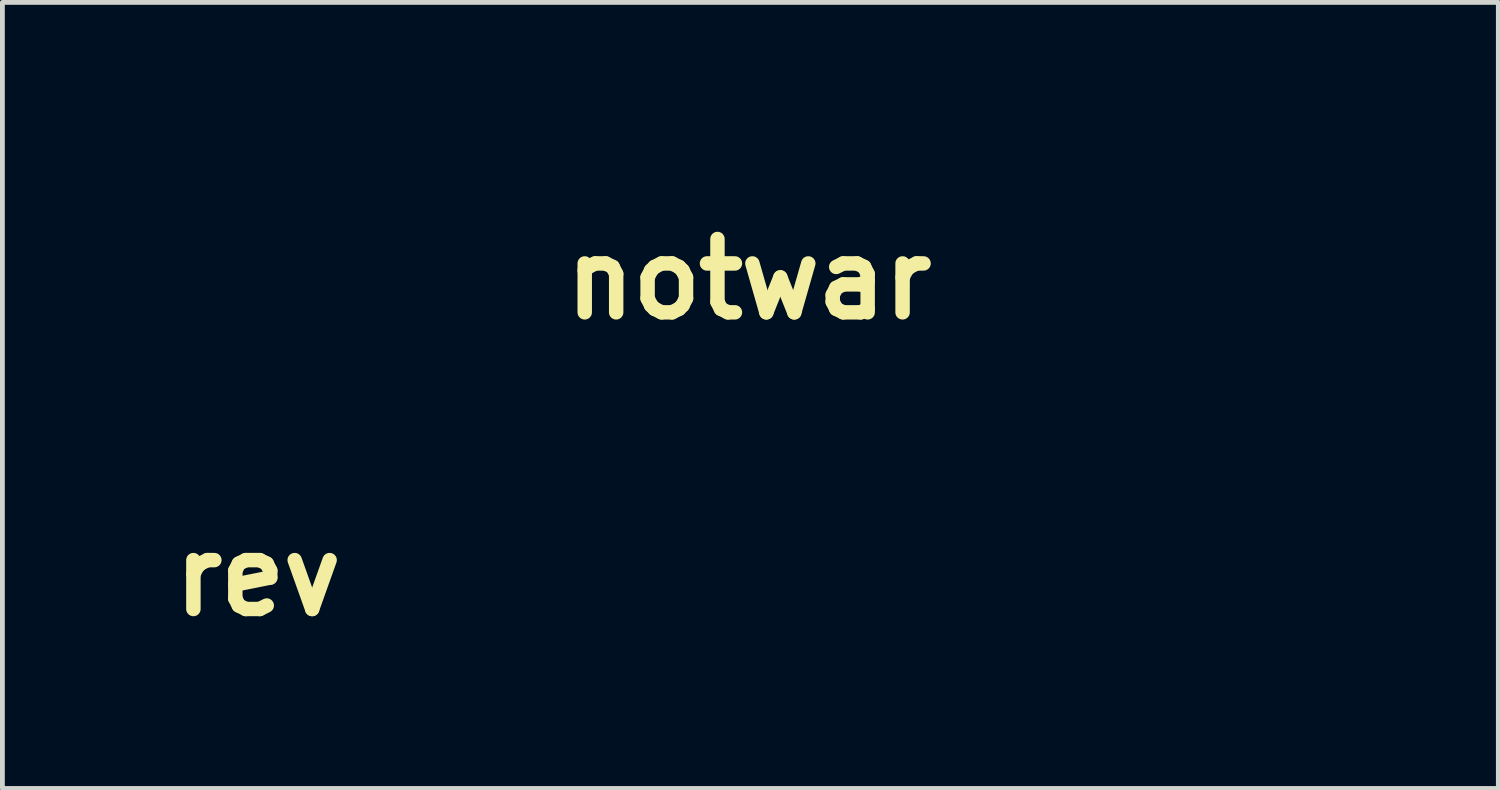
<source format=kicad_pcb>
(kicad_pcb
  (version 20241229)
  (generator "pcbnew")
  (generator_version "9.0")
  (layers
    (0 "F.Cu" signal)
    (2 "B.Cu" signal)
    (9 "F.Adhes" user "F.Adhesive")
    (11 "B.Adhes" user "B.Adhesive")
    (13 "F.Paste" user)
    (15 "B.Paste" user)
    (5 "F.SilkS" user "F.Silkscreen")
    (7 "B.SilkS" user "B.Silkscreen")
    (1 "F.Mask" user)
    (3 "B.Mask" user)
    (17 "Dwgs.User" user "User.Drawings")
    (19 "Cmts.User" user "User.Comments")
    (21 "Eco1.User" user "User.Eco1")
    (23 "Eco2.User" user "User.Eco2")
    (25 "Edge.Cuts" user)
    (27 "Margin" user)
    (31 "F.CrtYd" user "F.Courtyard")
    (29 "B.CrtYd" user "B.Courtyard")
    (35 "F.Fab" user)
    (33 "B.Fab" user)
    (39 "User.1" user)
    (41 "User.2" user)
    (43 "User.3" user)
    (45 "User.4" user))
  (footprint "rev"
    (layer "F.Cu")
    (at 2.311 8.914)
    (property "Reference" "rev" (at 0 0 0) (layer "F.SilkS") (effects (font (size 1.524 1.524) (thickness 0.3))))
    (attr through_hole)
    (fp_poly (pts (xy 2.176 -0.079) (xy 2.271 -0.069) (xy 2.318 -0.051) (xy 2.328 -0.028) (xy 2.303 -0.003) (xy 2.241 0.015) (xy 2.159 0.025) (xy 2.077 0.025) (xy 2.013 0.015) (xy 1.989 -0.001) (xy 1.984 -0.045) (xy 2.03 -0.072) (xy 2.125 -0.081) (xy 2.176 -0.079)) (stroke (width 0.01) (type solid)) (fill no) (layer "Eco2.User"))
    (fp_poly (pts (xy -2.114 -0.079) (xy -2.02 -0.07) (xy -1.971 -0.051) (xy -1.953 -0.021) (xy -1.955 0.006) (xy -1.982 0.021) (xy -2.047 0.027) (xy -2.113 0.028) (xy -2.206 0.023) (xy -2.275 0.011) (xy -2.302 -0.002) (xy -2.306 -0.045) (xy -2.259 -0.072) (xy -2.165 -0.081) (xy -2.114 -0.079)) (stroke (width 0.01) (type solid)) (fill no) (layer "Eco2.User"))
    (fp_poly (pts (xy -0.947 -0.181) (xy -0.935 -0.145) (xy -0.961 -0.108) (xy -1.009 -0.09) (xy -1.093 -0.051) (xy -1.152 0.034) (xy -1.182 0.16) (xy -1.185 0.23) (xy -1.19 0.331) (xy -1.204 0.383) (xy -1.223 0.395) (xy -1.271 0.383) (xy -1.279 0.376) (xy -1.294 0.331) (xy -1.299 0.25) (xy -1.294 0.15) (xy -1.281 0.052) (xy -1.261 -0.027) (xy -1.255 -0.041) (xy -1.18 -0.136) (xy -1.073 -0.189) (xy -0.998 -0.198) (xy -0.947 -0.181)) (stroke (width 0.01) (type solid)) (fill no) (layer "Eco2.User"))
    (fp_poly (pts (xy 0.443 -0.178) (xy 0.452 -0.155) (xy 0.439 -0.106) (xy 0.406 -0.026) (xy 0.36 0.072) (xy 0.306 0.175) (xy 0.252 0.271) (xy 0.205 0.347) (xy 0.171 0.39) (xy 0.161 0.395) (xy 0.135 0.371) (xy 0.091 0.307) (xy 0.037 0.213) (xy -0.008 0.127) (xy -0.063 0.014) (xy -0.107 -0.082) (xy -0.134 -0.147) (xy -0.141 -0.17) (xy -0.118 -0.193) (xy -0.091 -0.198) (xy -0.049 -0.173) (xy 0.005 -0.098) (xy 0.058 0.002) (xy 0.157 0.201) (xy 0.253 0.002) (xy 0.315 -0.114) (xy 0.364 -0.179) (xy 0.401 -0.198) (xy 0.443 -0.178)) (stroke (width 0.01) (type solid)) (fill no) (layer "Eco2.User"))
    (fp_poly (pts (xy -0.422 -0.184) (xy -0.341 -0.15) (xy -0.291 -0.103) (xy -0.282 -0.074) (xy -0.303 -0.029) (xy -0.355 0.03) (xy -0.421 0.089) (xy -0.483 0.13) (xy -0.516 0.141) (xy -0.557 0.124) (xy -0.558 0.081) (xy -0.519 0.024) (xy -0.508 0.014) (xy -0.46 -0.041) (xy -0.462 -0.074) (xy -0.517 -0.085) (xy -0.518 -0.085) (xy -0.599 -0.061) (xy -0.653 0.002) (xy -0.676 0.087) (xy -0.658 0.18) (xy -0.65 0.196) (xy -0.592 0.251) (xy -0.509 0.269) (xy -0.422 0.249) (xy -0.403 0.239) (xy -0.338 0.213) (xy -0.295 0.228) (xy -0.286 0.276) (xy -0.292 0.295) (xy -0.341 0.351) (xy -0.425 0.383) (xy -0.526 0.388) (xy -0.628 0.364) (xy -0.655 0.351) (xy -0.736 0.289) (xy -0.778 0.203) (xy -0.79 0.084) (xy -0.766 -0.036) (xy -0.698 -0.13) (xy -0.598 -0.186) (xy -0.516 -0.198) (xy -0.422 -0.184)) (stroke (width 0.01) (type solid)) (fill no) (layer "Eco2.User"))
    (fp_poly (pts (xy 1.347 -0.423) (xy 1.429 -0.355) (xy 1.48 -0.25) (xy 1.486 -0.219) (xy 1.487 -0.124) (xy 1.452 -0.039) (xy 1.375 0.043) (xy 1.254 0.129) (xy 1.175 0.183) (xy 1.12 0.229) (xy 1.101 0.254) (xy 1.126 0.268) (xy 1.194 0.28) (xy 1.289 0.288) (xy 1.291 0.288) (xy 1.398 0.296) (xy 1.457 0.309) (xy 1.48 0.33) (xy 1.482 0.339) (xy 1.471 0.36) (xy 1.433 0.374) (xy 1.357 0.383) (xy 1.236 0.389) (xy 1.221 0.389) (xy 0.96 0.397) (xy 0.96 0.318) (xy 0.976 0.231) (xy 1.028 0.15) (xy 1.125 0.066) (xy 1.199 0.016) (xy 1.307 -0.065) (xy 1.364 -0.138) (xy 1.372 -0.208) (xy 1.356 -0.251) (xy 1.3 -0.308) (xy 1.225 -0.324) (xy 1.149 -0.305) (xy 1.09 -0.252) (xy 1.067 -0.191) (xy 1.044 -0.138) (xy 1.008 -0.13) (xy 0.975 -0.165) (xy 0.965 -0.205) (xy 0.975 -0.279) (xy 1.028 -0.355) (xy 1.04 -0.367) (xy 1.14 -0.434) (xy 1.246 -0.451) (xy 1.347 -0.423)) (stroke (width 0.01) (type solid)) (fill no) (layer "Eco2.User")))
  (footprint "notwar"
    (layer "F.Cu")
    (at 12.51 2.75)
    (property "Reference" "notwar" (at 0 0 0) (layer "F.SilkS") (effects (font (size 1.524 1.524) (thickness 0.3))))
    (attr through_hole)
    (fp_poly (pts (xy 12.374 -1.351) (xy 12.432 -1.304) (xy 12.534 -1.17) (xy 12.566 -1.063) (xy 12.507 -0.923) (xy 12.356 -0.806) (xy 12.156 -0.741) (xy 12.081 -0.735) (xy 11.88 -0.676) (xy 11.636 -0.496) (xy 11.611 -0.473) (xy 11.33 -0.21) (xy 11.309 0.68) (xy 11.298 1.056) (xy 11.282 1.32) (xy 11.258 1.494) (xy 11.225 1.598) (xy 11.179 1.654) (xy 10.994 1.733) (xy 10.822 1.695) (xy 10.775 1.658) (xy 10.737 1.555) (xy 10.711 1.331) (xy 10.697 0.983) (xy 10.695 0.666) (xy 10.697 0.289) (xy 10.705 0.018) (xy 10.724 -0.177) (xy 10.756 -0.325) (xy 10.806 -0.454) (xy 10.85 -0.541) (xy 11.102 -0.882) (xy 11.447 -1.15) (xy 11.855 -1.324) (xy 11.93 -1.342) (xy 12.147 -1.385) (xy 12.281 -1.389) (xy 12.374 -1.351)) (stroke (width 0.01) (type solid)) (fill yes) (layer "F.Mask"))
    (fp_poly (pts (xy -3.247 -2.253) (xy -3.138 -2.088) (xy -3.081 -1.82) (xy -3.075 -1.667) (xy -3.067 -1.497) (xy -3.022 -1.423) (xy -2.906 -1.404) (xy -2.849 -1.404) (xy -2.626 -1.361) (xy -2.505 -1.231) (xy -2.485 -1.023) (xy -2.513 -0.903) (xy -2.588 -0.844) (xy -2.749 -0.818) (xy -2.791 -0.815) (xy -3.075 -0.794) (xy -3.075 0.323) (xy -3.077 0.757) (xy -3.085 1.078) (xy -3.1 1.305) (xy -3.125 1.458) (xy -3.159 1.557) (xy -3.179 1.589) (xy -3.332 1.716) (xy -3.507 1.718) (xy -3.638 1.633) (xy -3.677 1.574) (xy -3.706 1.473) (xy -3.725 1.312) (xy -3.736 1.072) (xy -3.742 0.733) (xy -3.743 0.363) (xy -3.743 -0.802) (xy -3.997 -0.802) (xy -4.244 -0.839) (xy -4.382 -0.951) (xy -4.412 -1.078) (xy -4.351 -1.246) (xy -4.192 -1.362) (xy -3.972 -1.404) (xy -3.743 -1.404) (xy -3.743 -1.77) (xy -3.734 -1.994) (xy -3.697 -2.128) (xy -3.618 -2.216) (xy -3.585 -2.239) (xy -3.399 -2.307) (xy -3.247 -2.253)) (stroke (width 0.01) (type solid)) (fill yes) (layer "F.Mask"))
    (fp_poly (pts (xy -6.11 -1.313) (xy -5.751 -1.146) (xy -5.452 -0.897) (xy -5.223 -0.584) (xy -5.076 -0.223) (xy -5.025 0.169) (xy -5.08 0.576) (xy -5.253 0.981) (xy -5.28 1.025) (xy -5.546 1.328) (xy -5.891 1.553) (xy -6.285 1.69) (xy -6.693 1.728) (xy -7.082 1.654) (xy -7.095 1.649) (xy -7.496 1.433) (xy -7.808 1.129) (xy -8.02 0.755) (xy -8.122 0.333) (xy -8.114 0.129) (xy -7.472 0.129) (xy -7.467 0.252) (xy -7.43 0.506) (xy -7.346 0.689) (xy -7.249 0.805) (xy -7.011 0.99) (xy -6.748 1.093) (xy -6.517 1.099) (xy -6.366 1.075) (xy -6.302 1.07) (xy -6.207 1.029) (xy -6.059 0.924) (xy -5.986 0.863) (xy -5.764 0.59) (xy -5.66 0.282) (xy -5.675 -0.036) (xy -5.809 -0.338) (xy -5.947 -0.499) (xy -6.209 -0.664) (xy -6.521 -0.732) (xy -6.84 -0.7) (xy -7.084 -0.589) (xy -7.313 -0.391) (xy -7.437 -0.165) (xy -7.472 0.129) (xy -8.114 0.129) (xy -8.104 -0.119) (xy -8.083 -0.222) (xy -7.937 -0.569) (xy -7.691 -0.889) (xy -7.376 -1.149) (xy -7.027 -1.316) (xy -6.958 -1.335) (xy -6.516 -1.382) (xy -6.11 -1.313)) (stroke (width 0.01) (type solid)) (fill yes) (layer "F.Mask"))
    (fp_poly (pts (xy 8.966 -1.299) (xy 9.354 -1.097) (xy 9.683 -0.782) (xy 9.771 -0.662) (xy 9.878 -0.477) (xy 9.951 -0.274) (xy 9.997 -0.029) (xy 10.018 0.287) (xy 10.018 0.699) (xy 10.013 0.895) (xy 10 1.234) (xy 9.98 1.462) (xy 9.949 1.602) (xy 9.904 1.677) (xy 9.886 1.69) (xy 9.744 1.728) (xy 9.585 1.705) (xy 9.461 1.637) (xy 9.425 1.562) (xy 9.39 1.49) (xy 9.308 1.506) (xy 8.886 1.66) (xy 8.531 1.729) (xy 8.21 1.716) (xy 7.944 1.645) (xy 7.549 1.438) (xy 7.24 1.14) (xy 7.026 0.772) (xy 6.92 0.354) (xy 6.922 0.252) (xy 7.572 0.252) (xy 7.61 0.507) (xy 7.695 0.691) (xy 7.79 0.805) (xy 8.028 0.99) (xy 8.292 1.093) (xy 8.522 1.099) (xy 8.673 1.075) (xy 8.737 1.07) (xy 8.833 1.029) (xy 8.981 0.924) (xy 9.054 0.863) (xy 9.271 0.598) (xy 9.375 0.305) (xy 9.376 0.007) (xy 9.279 -0.269) (xy 9.094 -0.5) (xy 8.827 -0.66) (xy 8.57 -0.719) (xy 8.204 -0.699) (xy 7.91 -0.572) (xy 7.699 -0.35) (xy 7.585 -0.045) (xy 7.572 0.252) (xy 6.922 0.252) (xy 6.931 -0.094) (xy 6.957 -0.222) (xy 7.102 -0.569) (xy 7.348 -0.889) (xy 7.663 -1.149) (xy 8.013 -1.316) (xy 8.082 -1.335) (xy 8.536 -1.381) (xy 8.966 -1.299)) (stroke (width 0.01) (type solid)) (fill yes) (layer "F.Mask"))
    (fp_poly (pts (xy -12.188 -2.73) (xy -12.079 -2.664) (xy -11.938 -2.539) (xy -11.755 -2.346) (xy -11.52 -2.077) (xy -11.225 -1.722) (xy -10.859 -1.272) (xy -10.762 -1.153) (xy -10.44 -0.757) (xy -10.144 -0.396) (xy -9.884 -0.082) (xy -9.671 0.172) (xy -9.517 0.352) (xy -9.43 0.446) (xy -9.418 0.457) (xy -9.4 0.4) (xy -9.384 0.225) (xy -9.372 -0.05) (xy -9.363 -0.409) (xy -9.358 -0.837) (xy -9.358 -1.051) (xy -9.357 -1.569) (xy -9.352 -1.969) (xy -9.34 -2.267) (xy -9.318 -2.476) (xy -9.285 -2.613) (xy -9.236 -2.692) (xy -9.17 -2.729) (xy -9.084 -2.74) (xy -9.057 -2.741) (xy -8.975 -2.737) (xy -8.91 -2.716) (xy -8.859 -2.664) (xy -8.821 -2.569) (xy -8.793 -2.417) (xy -8.775 -2.194) (xy -8.764 -1.888) (xy -8.759 -1.484) (xy -8.757 -0.969) (xy -8.756 -0.526) (xy -8.757 0.169) (xy -8.762 0.734) (xy -8.781 1.17) (xy -8.82 1.482) (xy -8.888 1.671) (xy -8.99 1.741) (xy -9.136 1.694) (xy -9.333 1.533) (xy -9.587 1.262) (xy -9.907 0.882) (xy -10.3 0.398) (xy -10.509 0.138) (xy -10.83 -0.259) (xy -11.125 -0.62) (xy -11.384 -0.933) (xy -11.596 -1.185) (xy -11.749 -1.364) (xy -11.835 -1.456) (xy -11.848 -1.466) (xy -11.862 -1.404) (xy -11.875 -1.226) (xy -11.885 -0.952) (xy -11.893 -0.6) (xy -11.897 -0.189) (xy -11.898 0.064) (xy -11.898 0.557) (xy -11.901 0.933) (xy -11.907 1.208) (xy -11.918 1.401) (xy -11.935 1.526) (xy -11.959 1.603) (xy -11.993 1.646) (xy -12.027 1.669) (xy -12.235 1.734) (xy -12.395 1.679) (xy -12.419 1.658) (xy -12.443 1.568) (xy -12.463 1.366) (xy -12.479 1.069) (xy -12.491 0.699) (xy -12.5 0.275) (xy -12.504 -0.182) (xy -12.505 -0.653) (xy -12.502 -1.117) (xy -12.495 -1.555) (xy -12.484 -1.947) (xy -12.469 -2.272) (xy -12.451 -2.511) (xy -12.428 -2.643) (xy -12.419 -2.66) (xy -12.349 -2.719) (xy -12.275 -2.745) (xy -12.188 -2.73)) (stroke (width 0.01) (type solid)) (fill yes) (layer "F.Mask"))
    (fp_poly (pts (xy 6.173 -2.66) (xy 6.224 -2.583) (xy 6.238 -2.525) (xy 6.233 -2.437) (xy 6.205 -2.309) (xy 6.148 -2.125) (xy 6.058 -1.875) (xy 5.932 -1.543) (xy 5.764 -1.118) (xy 5.55 -0.585) (xy 5.487 -0.43) (xy 5.287 0.059) (xy 5.099 0.511) (xy 4.931 0.909) (xy 4.787 1.239) (xy 4.676 1.484) (xy 4.605 1.629) (xy 4.584 1.661) (xy 4.438 1.724) (xy 4.333 1.716) (xy 4.26 1.675) (xy 4.172 1.575) (xy 4.061 1.403) (xy 3.917 1.142) (xy 3.731 0.779) (xy 3.678 0.671) (xy 3.511 0.339) (xy 3.363 0.053) (xy 3.245 -0.167) (xy 3.167 -0.301) (xy 3.141 -0.334) (xy 3.101 -0.277) (xy 3.013 -0.121) (xy 2.888 0.116) (xy 2.738 0.412) (xy 2.638 0.611) (xy 2.473 0.942) (xy 2.321 1.234) (xy 2.196 1.465) (xy 2.11 1.611) (xy 2.084 1.647) (xy 1.932 1.729) (xy 1.767 1.714) (xy 1.685 1.654) (xy 1.644 1.574) (xy 1.559 1.385) (xy 1.438 1.103) (xy 1.286 0.743) (xy 1.111 0.321) (xy 0.918 -0.148) (xy 0.803 -0.431) (xy 0.575 -0.995) (xy 0.395 -1.45) (xy 0.257 -1.806) (xy 0.158 -2.078) (xy 0.093 -2.279) (xy 0.057 -2.421) (xy 0.047 -2.517) (xy 0.058 -2.579) (xy 0.061 -2.587) (xy 0.178 -2.71) (xy 0.343 -2.736) (xy 0.507 -2.663) (xy 0.547 -2.624) (xy 0.598 -2.531) (xy 0.691 -2.332) (xy 0.817 -2.046) (xy 0.968 -1.69) (xy 1.136 -1.284) (xy 1.27 -0.953) (xy 1.442 -0.528) (xy 1.599 -0.147) (xy 1.734 0.172) (xy 1.84 0.414) (xy 1.91 0.562) (xy 1.934 0.602) (xy 1.976 0.545) (xy 2.065 0.388) (xy 2.192 0.151) (xy 2.346 -0.146) (xy 2.458 -0.37) (xy 2.629 -0.701) (xy 2.786 -0.989) (xy 2.919 -1.212) (xy 3.015 -1.35) (xy 3.051 -1.383) (xy 3.144 -1.4) (xy 3.235 -1.366) (xy 3.336 -1.268) (xy 3.459 -1.091) (xy 3.613 -0.823) (xy 3.811 -0.45) (xy 3.843 -0.386) (xy 4.008 -0.068) (xy 4.153 0.207) (xy 4.266 0.417) (xy 4.336 0.541) (xy 4.352 0.565) (xy 4.387 0.517) (xy 4.464 0.361) (xy 4.576 0.113) (xy 4.716 -0.211) (xy 4.876 -0.594) (xy 5.009 -0.918) (xy 5.185 -1.348) (xy 5.349 -1.744) (xy 5.493 -2.085) (xy 5.61 -2.354) (xy 5.691 -2.531) (xy 5.722 -2.59) (xy 5.862 -2.714) (xy 6.028 -2.737) (xy 6.173 -2.66)) (stroke (width 0.01) (type solid)) (fill yes) (layer "F.Mask")))
  (gr_rect
    (start -3 -3)
    (end 28.081 13.332)
    (stroke (width 0.1) (type default))
    (fill no)
    (layer "Edge.Cuts")))
</source>
